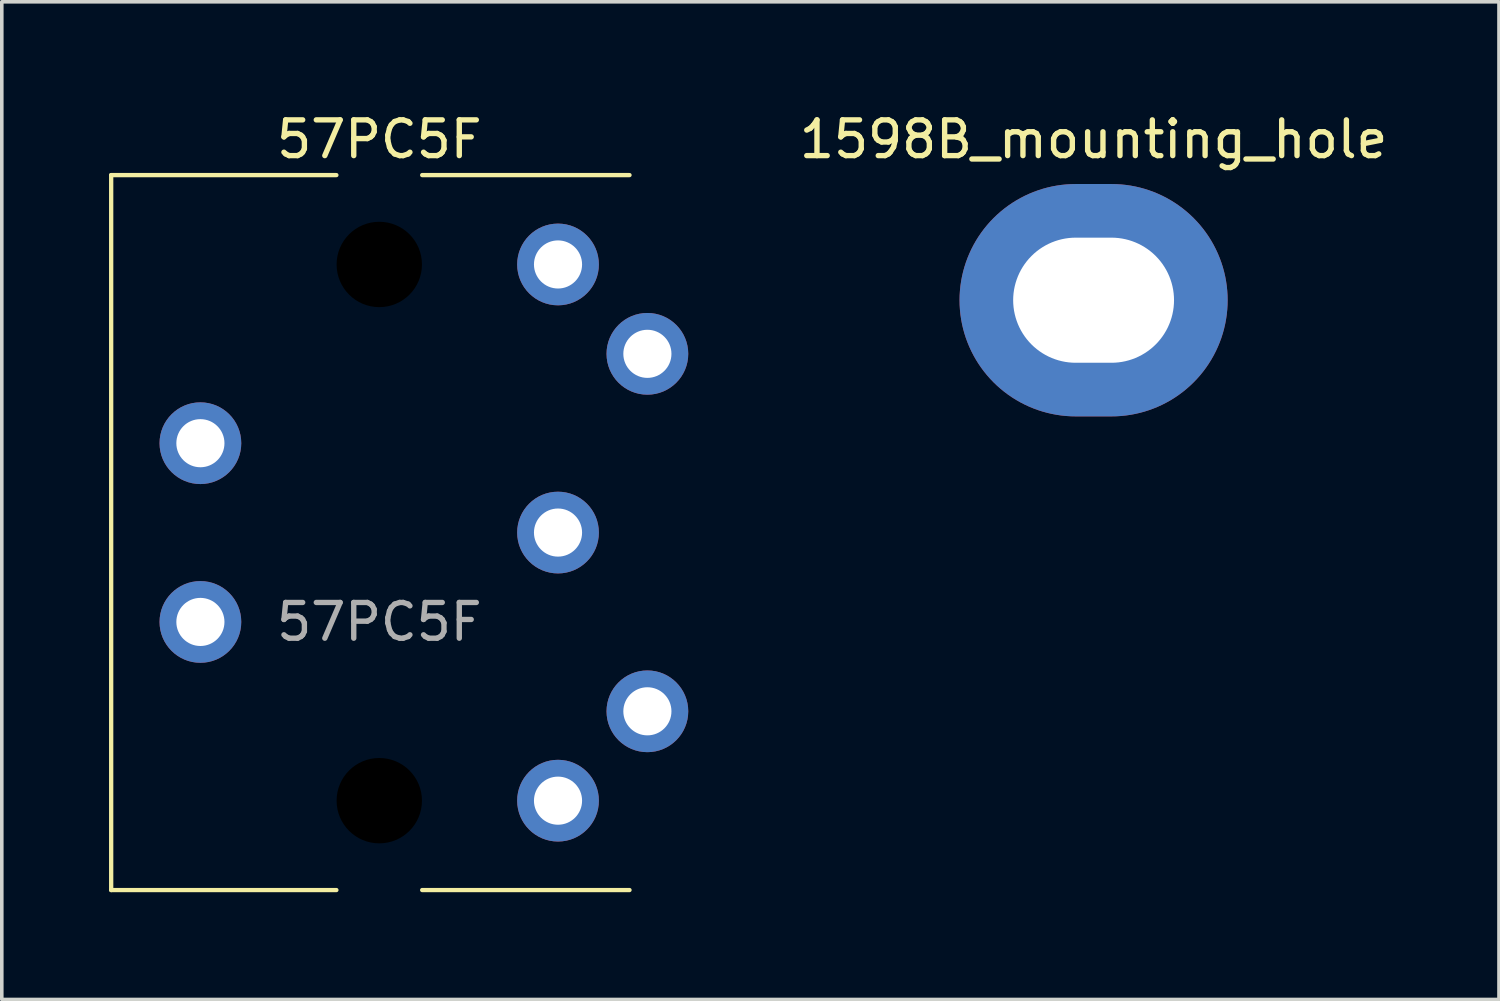
<source format=kicad_pcb>
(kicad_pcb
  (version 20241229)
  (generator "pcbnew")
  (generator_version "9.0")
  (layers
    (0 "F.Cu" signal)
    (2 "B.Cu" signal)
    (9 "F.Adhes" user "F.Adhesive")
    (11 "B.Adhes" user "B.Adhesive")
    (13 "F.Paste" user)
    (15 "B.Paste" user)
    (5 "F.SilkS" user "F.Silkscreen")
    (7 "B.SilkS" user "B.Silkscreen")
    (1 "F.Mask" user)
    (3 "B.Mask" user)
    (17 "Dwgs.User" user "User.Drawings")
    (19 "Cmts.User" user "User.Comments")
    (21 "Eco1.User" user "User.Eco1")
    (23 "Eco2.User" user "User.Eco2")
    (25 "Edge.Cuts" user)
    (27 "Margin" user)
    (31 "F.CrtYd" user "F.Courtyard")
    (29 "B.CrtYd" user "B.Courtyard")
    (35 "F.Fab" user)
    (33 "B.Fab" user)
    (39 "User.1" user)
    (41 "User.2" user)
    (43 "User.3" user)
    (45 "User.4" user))
  (footprint "1598B_mounting_hole"
    (layer "F.Cu")
    (at 27.542 5.348)
    (property "Reference" "1598B_mounting_hole" (at 0 -4.5 0) (unlocked yes) (layer "F.SilkS") (effects (font (size 1 1) (thickness 0.15))))
    (attr smd)
    (pad "1" thru_hole oval (at 0 0) (size 7.5 6.5) (drill oval 4.5 3.5) (layers "*.Cu" "*.Mask")))
  (footprint "57PC5F"
    (layer "F.Cu")
    (at 7.56 11.848)
    (property "Reference" "57PC5F" (at 0 -11 0) (unlocked yes) (layer "F.SilkS") (effects (font (size 1 1) (thickness 0.15))))
    (fp_line (start -7.5 -10) (end -7.5 10) (stroke (width 0.12) (type solid)) (layer "F.SilkS"))
    (fp_line (start -7.5 -10) (end -1.2 -10) (stroke (width 0.12) (type solid)) (layer "F.SilkS"))
    (fp_line (start -7.5 10) (end -1.2 10) (stroke (width 0.12) (type solid)) (layer "F.SilkS"))
    (fp_line (start 1.2 10) (end 7 10) (stroke (width 0.12) (type solid)) (layer "F.SilkS"))
    (fp_line (start 7 -10) (end 1.2 -10) (stroke (width 0.12) (type solid)) (layer "F.SilkS"))
    (fp_circle (center 0 -7.5) (end 2.5 -7.5) (stroke (width 0.12) (type solid)) (fill no) (layer "Margin"))
    (fp_circle (center 0 7.5) (end 2.5 7.5) (stroke (width 0.12) (type solid)) (fill no) (layer "Margin"))
    (fp_text user "${REFERENCE}" (at 0 2.5 0) (unlocked yes) (layer "F.Fab") (effects (font (size 1 1) (thickness 0.15))))
    (pad "" np_thru_hole circle (at 0 -7.5) (size 5 5) (drill 2.388) (layers "*.Mask"))
    (pad "" np_thru_hole circle (at 0 7.5) (size 5 5) (drill 2.388) (layers "*.Mask"))
    (pad "1" thru_hole circle (at 5 7.5) (size 2.286 2.286) (drill 1.346) (layers "*.Cu" "*.Mask"))
    (pad "2" thru_hole circle (at 5 0) (size 2.286 2.286) (drill 1.346) (layers "*.Cu" "*.Mask"))
    (pad "3" thru_hole circle (at 5 -7.5) (size 2.286 2.286) (drill 1.346) (layers "*.Cu" "*.Mask"))
    (pad "4" thru_hole circle (at 7.5 5) (size 2.286 2.286) (drill 1.346) (layers "*.Cu" "*.Mask"))
    (pad "5" thru_hole circle (at 7.5 -5) (size 2.286 2.286) (drill 1.346) (layers "*.Cu" "*.Mask"))
    (pad "6" thru_hole circle (at -5.004 2.5) (size 2.286 2.286) (drill 1.346) (layers "*.Cu" "*.Mask"))
    (pad "7" thru_hole circle (at -5.004 -2.5) (size 2.286 2.286) (drill 1.346) (layers "*.Cu" "*.Mask")))
  (gr_rect
    (start -3 -3)
    (end 38.882 24.908)
    (stroke (width 0.1) (type default))
    (fill no)
    (layer "Edge.Cuts")))
</source>
